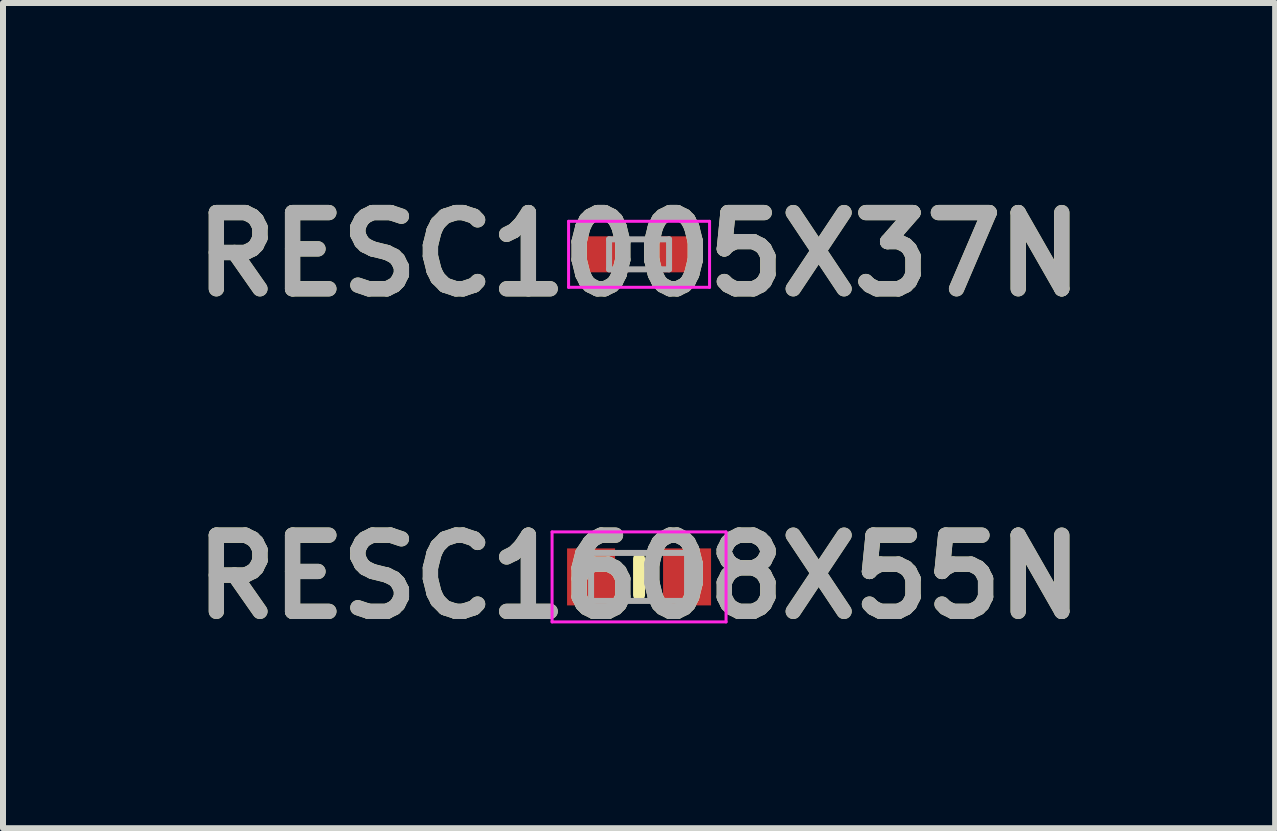
<source format=kicad_pcb>
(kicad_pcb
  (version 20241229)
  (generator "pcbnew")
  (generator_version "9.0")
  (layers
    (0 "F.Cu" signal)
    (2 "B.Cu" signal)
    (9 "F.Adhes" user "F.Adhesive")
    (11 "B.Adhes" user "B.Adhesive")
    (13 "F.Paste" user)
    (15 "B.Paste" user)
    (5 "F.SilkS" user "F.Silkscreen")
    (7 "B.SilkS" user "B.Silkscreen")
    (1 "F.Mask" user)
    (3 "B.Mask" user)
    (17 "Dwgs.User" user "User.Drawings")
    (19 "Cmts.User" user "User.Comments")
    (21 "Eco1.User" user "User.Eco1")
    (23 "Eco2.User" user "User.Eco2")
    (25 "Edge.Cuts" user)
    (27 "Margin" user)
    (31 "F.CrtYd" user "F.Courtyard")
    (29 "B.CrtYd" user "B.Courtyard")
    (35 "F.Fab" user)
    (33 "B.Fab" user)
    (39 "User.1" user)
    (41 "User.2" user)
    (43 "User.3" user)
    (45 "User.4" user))
  (footprint "RESC1005X37N"
    (layer "F.Cu")
    (at 7.602 1.189)
    (property "Reference" "RESC1005X37N" (at 0 0 0) (layer "F.SilkS") (effects (font (size 1.27 1.27) (thickness 0.254))))
    (attr smd)
    (fp_line (start -1.175 -0.55) (end 1.175 -0.55) (stroke (width 0.05) (type solid)) (layer "F.CrtYd"))
    (fp_line (start -1.175 0.55) (end -1.175 -0.55) (stroke (width 0.05) (type solid)) (layer "F.CrtYd"))
    (fp_line (start 1.175 -0.55) (end 1.175 0.55) (stroke (width 0.05) (type solid)) (layer "F.CrtYd"))
    (fp_line (start 1.175 0.55) (end -1.175 0.55) (stroke (width 0.05) (type solid)) (layer "F.CrtYd"))
    (fp_line (start -0.5 -0.25) (end 0.5 -0.25) (stroke (width 0.1) (type solid)) (layer "F.Fab"))
    (fp_line (start -0.5 0.25) (end -0.5 -0.25) (stroke (width 0.1) (type solid)) (layer "F.Fab"))
    (fp_line (start 0.5 -0.25) (end 0.5 0.25) (stroke (width 0.1) (type solid)) (layer "F.Fab"))
    (fp_line (start 0.5 0.25) (end -0.5 0.25) (stroke (width 0.1) (type solid)) (layer "F.Fab"))
    (fp_text user "${REFERENCE}" (at 0 0 0) (layer "F.Fab") (effects (font (size 1.27 1.27) (thickness 0.254))))
    (pad "1" smd rect (at -0.55 0 90) (size 0.6 0.75) (layers "F.Cu" "F.Mask" "F.Paste"))
    (pad "2" smd rect (at 0.55 0 90) (size 0.6 0.75) (layers "F.Cu" "F.Mask" "F.Paste")))
  (footprint "RESC1608X55N"
    (layer "F.Cu")
    (at 7.602 6.566)
    (property "Reference" "RESC1608X55N" (at 0 0 0) (layer "F.SilkS") (effects (font (size 1.27 1.27) (thickness 0.254))))
    (attr smd)
    (fp_line (start 0 -0.3) (end 0 0.3) (stroke (width 0.2) (type solid)) (layer "F.SilkS"))
    (fp_line (start -1.45 -0.75) (end 1.45 -0.75) (stroke (width 0.05) (type solid)) (layer "F.CrtYd"))
    (fp_line (start -1.45 0.75) (end -1.45 -0.75) (stroke (width 0.05) (type solid)) (layer "F.CrtYd"))
    (fp_line (start 1.45 -0.75) (end 1.45 0.75) (stroke (width 0.05) (type solid)) (layer "F.CrtYd"))
    (fp_line (start 1.45 0.75) (end -1.45 0.75) (stroke (width 0.05) (type solid)) (layer "F.CrtYd"))
    (fp_line (start -0.8 -0.4) (end 0.8 -0.4) (stroke (width 0.1) (type solid)) (layer "F.Fab"))
    (fp_line (start -0.8 0.4) (end -0.8 -0.4) (stroke (width 0.1) (type solid)) (layer "F.Fab"))
    (fp_line (start 0.8 -0.4) (end 0.8 0.4) (stroke (width 0.1) (type solid)) (layer "F.Fab"))
    (fp_line (start 0.8 0.4) (end -0.8 0.4) (stroke (width 0.1) (type solid)) (layer "F.Fab"))
    (fp_text user "${REFERENCE}" (at 0 0 0) (layer "F.Fab") (effects (font (size 1.27 1.27) (thickness 0.254))))
    (pad "1" smd rect (at -0.8 0) (size 0.8 0.95) (layers "F.Cu" "F.Mask" "F.Paste"))
    (pad "2" smd rect (at 0.8 0) (size 0.8 0.95) (layers "F.Cu" "F.Mask" "F.Paste")))
  (gr_rect
    (start -3 -3)
    (end 18.204 10.755)
    (stroke (width 0.1) (type default))
    (fill no)
    (layer "Edge.Cuts")))
</source>
